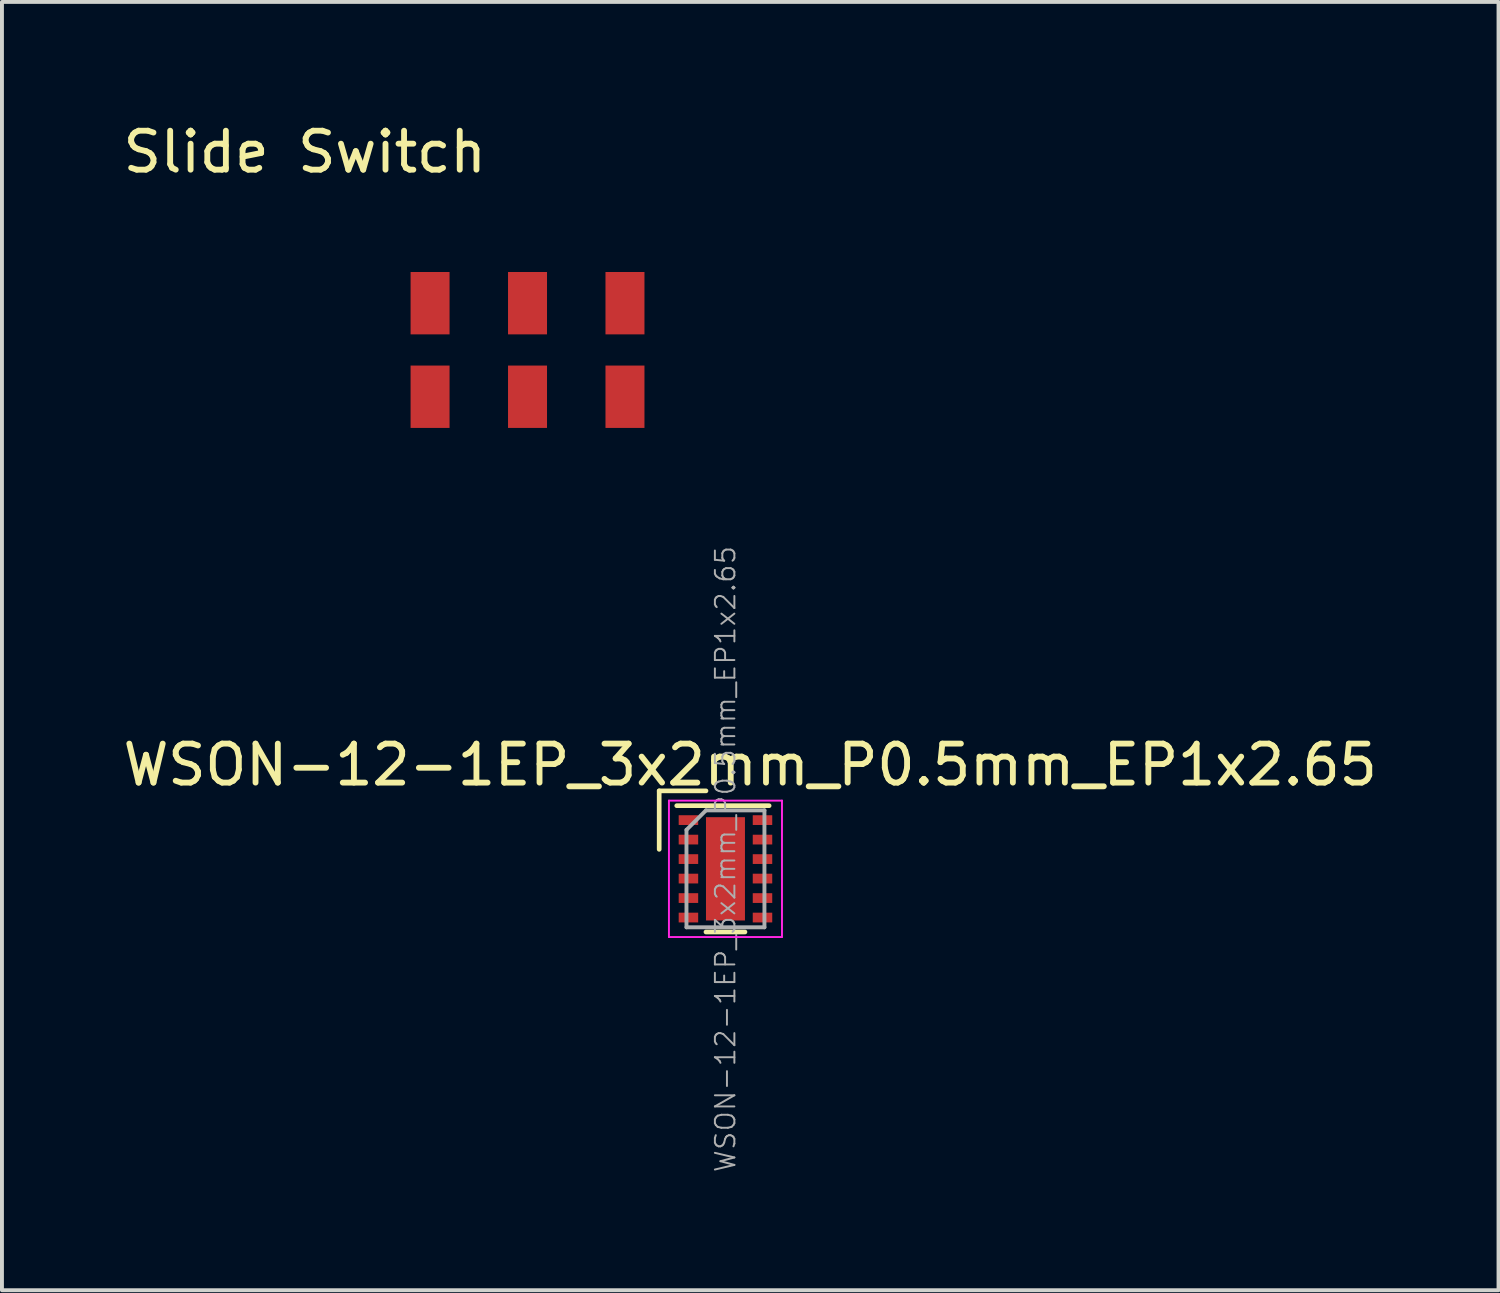
<source format=kicad_pcb>
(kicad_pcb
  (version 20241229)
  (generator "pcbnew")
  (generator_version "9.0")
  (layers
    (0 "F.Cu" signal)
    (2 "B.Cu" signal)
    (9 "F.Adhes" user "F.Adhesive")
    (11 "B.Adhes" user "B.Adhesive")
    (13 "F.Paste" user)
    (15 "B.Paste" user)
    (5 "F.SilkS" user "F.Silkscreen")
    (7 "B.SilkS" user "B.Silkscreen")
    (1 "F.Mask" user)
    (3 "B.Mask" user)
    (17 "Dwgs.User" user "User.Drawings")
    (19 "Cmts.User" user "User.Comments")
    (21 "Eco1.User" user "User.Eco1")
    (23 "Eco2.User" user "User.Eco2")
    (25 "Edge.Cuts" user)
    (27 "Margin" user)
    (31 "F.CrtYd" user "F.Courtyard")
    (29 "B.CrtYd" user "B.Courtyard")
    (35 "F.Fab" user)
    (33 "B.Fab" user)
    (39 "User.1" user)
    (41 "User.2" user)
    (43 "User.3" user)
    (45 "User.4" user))
  (footprint "Slide Switch"
    (layer "F.Cu")
    (at 10.483 5.928)
    (property "Reference" "Slide Switch" (at -5.715 -5.08 0) (layer "F.SilkS") (effects (font (size 1 1) (thickness 0.15))))
    (attr through_hole)
    (pad "1" smd rect (at -2.5 -1.2) (size 1 1.6) (layers "F.Cu" "F.Mask" "F.Paste"))
    (pad "1" smd rect (at -2.5 1.2) (size 1 1.6) (layers "F.Cu" "F.Mask" "F.Paste"))
    (pad "1" smd rect (at 0 -1.2) (size 1 1.6) (layers "F.Cu" "F.Mask" "F.Paste"))
    (pad "1" smd rect (at 0 1.2) (size 1 1.6) (layers "F.Cu" "F.Mask" "F.Paste"))
    (pad "1" smd rect (at 2.5 -1.2) (size 1 1.6) (layers "F.Cu" "F.Mask" "F.Paste"))
    (pad "1" smd rect (at 2.5 1.2) (size 1 1.6) (layers "F.Cu" "F.Mask" "F.Paste")))
  (footprint "WSON-12-1EP_3x2mm_P0.5mm_EP1x2.65"
    (layer "F.Cu")
    (at 15.561 19.239)
    (property "Reference" "WSON-12-1EP_3x2mm_P0.5mm_EP1x2.65" (at 0.635 -2.667 0) (layer "F.SilkS") (effects (font (size 1 1) (thickness 0.15))))
    (attr smd)
    (fp_line (start -1.7 -2) (end -0.5 -2) (stroke (width 0.12) (type solid)) (layer "F.SilkS"))
    (fp_line (start -1.7 -0.5) (end -1.7 -2) (stroke (width 0.12) (type solid)) (layer "F.SilkS"))
    (fp_line (start -1.25 -1.62) (end 1.12 -1.62) (stroke (width 0.12) (type solid)) (layer "F.SilkS"))
    (fp_line (start 0.5 1.62) (end -0.5 1.62) (stroke (width 0.12) (type solid)) (layer "F.SilkS"))
    (fp_line (start -1.45 -1.75) (end 1.45 -1.75) (stroke (width 0.05) (type solid)) (layer "F.CrtYd"))
    (fp_line (start -1.45 1.75) (end -1.45 -1.75) (stroke (width 0.05) (type solid)) (layer "F.CrtYd"))
    (fp_line (start 1.45 -1.75) (end 1.45 1.75) (stroke (width 0.05) (type solid)) (layer "F.CrtYd"))
    (fp_line (start 1.45 1.75) (end -1.45 1.75) (stroke (width 0.05) (type solid)) (layer "F.CrtYd"))
    (fp_line (start -1 -1) (end -0.5 -1.5) (stroke (width 0.1) (type solid)) (layer "F.Fab"))
    (fp_line (start -1 1.5) (end -1 -1) (stroke (width 0.1) (type solid)) (layer "F.Fab"))
    (fp_line (start -0.5 -1.5) (end 1 -1.5) (stroke (width 0.1) (type solid)) (layer "F.Fab"))
    (fp_line (start 1 -1.5) (end 1 1.5) (stroke (width 0.1) (type solid)) (layer "F.Fab"))
    (fp_line (start 1 1.5) (end -1 1.5) (stroke (width 0.1) (type solid)) (layer "F.Fab"))
    (fp_text user "${REFERENCE}" (at 0 -0.25 90) (layer "F.Fab") (effects (font (size 0.5 0.5) (thickness 0.05))))
    (pad "" smd rect (at 0 -0.685) (size 0.95 1.17) (layers "F.Paste"))
    (pad "" smd rect (at 0 0.685) (size 0.95 1.17) (layers "F.Paste"))
    (pad "1" smd rect (at -0.95 -1.25) (size 0.5 0.25) (layers "F.Cu" "F.Mask" "F.Paste"))
    (pad "2" smd rect (at -0.95 -0.75) (size 0.5 0.25) (layers "F.Cu" "F.Mask" "F.Paste"))
    (pad "3" smd rect (at -0.95 -0.25) (size 0.5 0.25) (layers "F.Cu" "F.Mask" "F.Paste"))
    (pad "4" smd rect (at -0.95 0.25) (size 0.5 0.25) (layers "F.Cu" "F.Mask" "F.Paste"))
    (pad "5" smd rect (at -0.95 0.75) (size 0.5 0.25) (layers "F.Cu" "F.Mask" "F.Paste"))
    (pad "6" smd rect (at -0.95 1.25) (size 0.5 0.25) (layers "F.Cu" "F.Mask" "F.Paste"))
    (pad "7" smd rect (at 0.95 1.25) (size 0.5 0.25) (layers "F.Cu" "F.Mask" "F.Paste"))
    (pad "8" smd rect (at 0.95 0.75) (size 0.5 0.25) (layers "F.Cu" "F.Mask" "F.Paste"))
    (pad "9" smd rect (at 0.95 0.25) (size 0.5 0.25) (layers "F.Cu" "F.Mask" "F.Paste"))
    (pad "10" smd rect (at 0.95 -0.25) (size 0.5 0.25) (layers "F.Cu" "F.Mask" "F.Paste"))
    (pad "11" smd rect (at 0.95 -0.75) (size 0.5 0.25) (layers "F.Cu" "F.Mask" "F.Paste"))
    (pad "12" smd rect (at 0.95 -1.25) (size 0.5 0.25) (layers "F.Cu" "F.Mask" "F.Paste"))
    (pad "13" smd rect (at 0 0) (size 1 2.65) (layers "F.Cu" "F.Mask")))
  (gr_rect
    (start -3 -3)
    (end 35.393 30.05)
    (stroke (width 0.1) (type default))
    (fill no)
    (layer "Edge.Cuts")))
</source>
